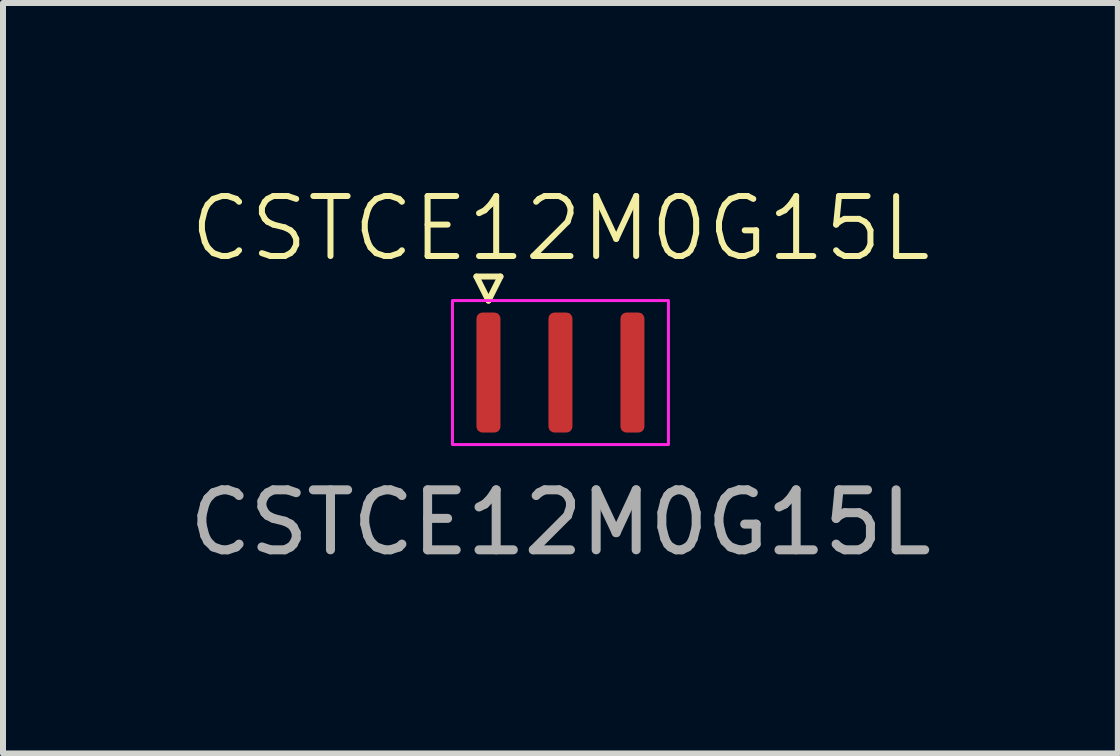
<source format=kicad_pcb>
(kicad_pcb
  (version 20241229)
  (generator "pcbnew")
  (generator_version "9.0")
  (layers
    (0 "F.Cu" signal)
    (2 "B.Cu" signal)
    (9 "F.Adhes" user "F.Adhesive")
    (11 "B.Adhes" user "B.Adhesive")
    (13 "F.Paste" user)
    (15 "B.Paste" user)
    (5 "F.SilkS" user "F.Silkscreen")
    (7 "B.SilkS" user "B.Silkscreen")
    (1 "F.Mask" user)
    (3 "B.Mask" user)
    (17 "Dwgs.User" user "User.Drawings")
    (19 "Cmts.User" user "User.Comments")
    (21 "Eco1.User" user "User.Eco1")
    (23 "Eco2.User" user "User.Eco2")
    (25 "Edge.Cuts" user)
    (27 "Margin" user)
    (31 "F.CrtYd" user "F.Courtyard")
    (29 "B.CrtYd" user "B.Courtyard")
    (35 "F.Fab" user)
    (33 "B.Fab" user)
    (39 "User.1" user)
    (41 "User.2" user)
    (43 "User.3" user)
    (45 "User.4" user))
  (footprint "CSTCE12M0G15L"
    (layer "F.Cu")
    (at 6.292 3.16)
    (property "Reference" "CSTCE12M0G15L" (at 0 -2.4 0) (unlocked yes) (layer "F.SilkS") (effects (font (size 1 1) (thickness 0.1))))
    (attr smd)
    (fp_line (start -1.4 -1.6) (end -1 -1.6) (stroke (width 0.1) (type default)) (layer "F.SilkS"))
    (fp_line (start -1.2 -1.2) (end -1.4 -1.6) (stroke (width 0.1) (type default)) (layer "F.SilkS"))
    (fp_line (start -1 -1.6) (end -1.2 -1.2) (stroke (width 0.1) (type default)) (layer "F.SilkS"))
    (fp_rect (start -1.8 -1.2) (end 1.8 1.2) (stroke (width 0.05) (type default)) (fill no) (layer "F.CrtYd"))
    (fp_text user "${REFERENCE}" (at 0 2.5 0) (unlocked yes) (layer "F.Fab") (effects (font (size 1 1) (thickness 0.15))))
    (pad "1" smd roundrect (at -1.2 0) (size 0.4 2) (layers "F.Cu" "F.Mask" "F.Paste") (roundrect_rratio 0.25))
    (pad "2" smd roundrect (at 0 0) (size 0.4 2) (layers "F.Cu" "F.Mask" "F.Paste") (roundrect_rratio 0.25))
    (pad "3" smd roundrect (at 1.2 0) (size 0.4 2) (layers "F.Cu" "F.Mask" "F.Paste") (roundrect_rratio 0.25)))
  (gr_rect
    (start -3 -3)
    (end 15.583 9.509)
    (stroke (width 0.1) (type default))
    (fill no)
    (layer "Edge.Cuts")))
</source>
